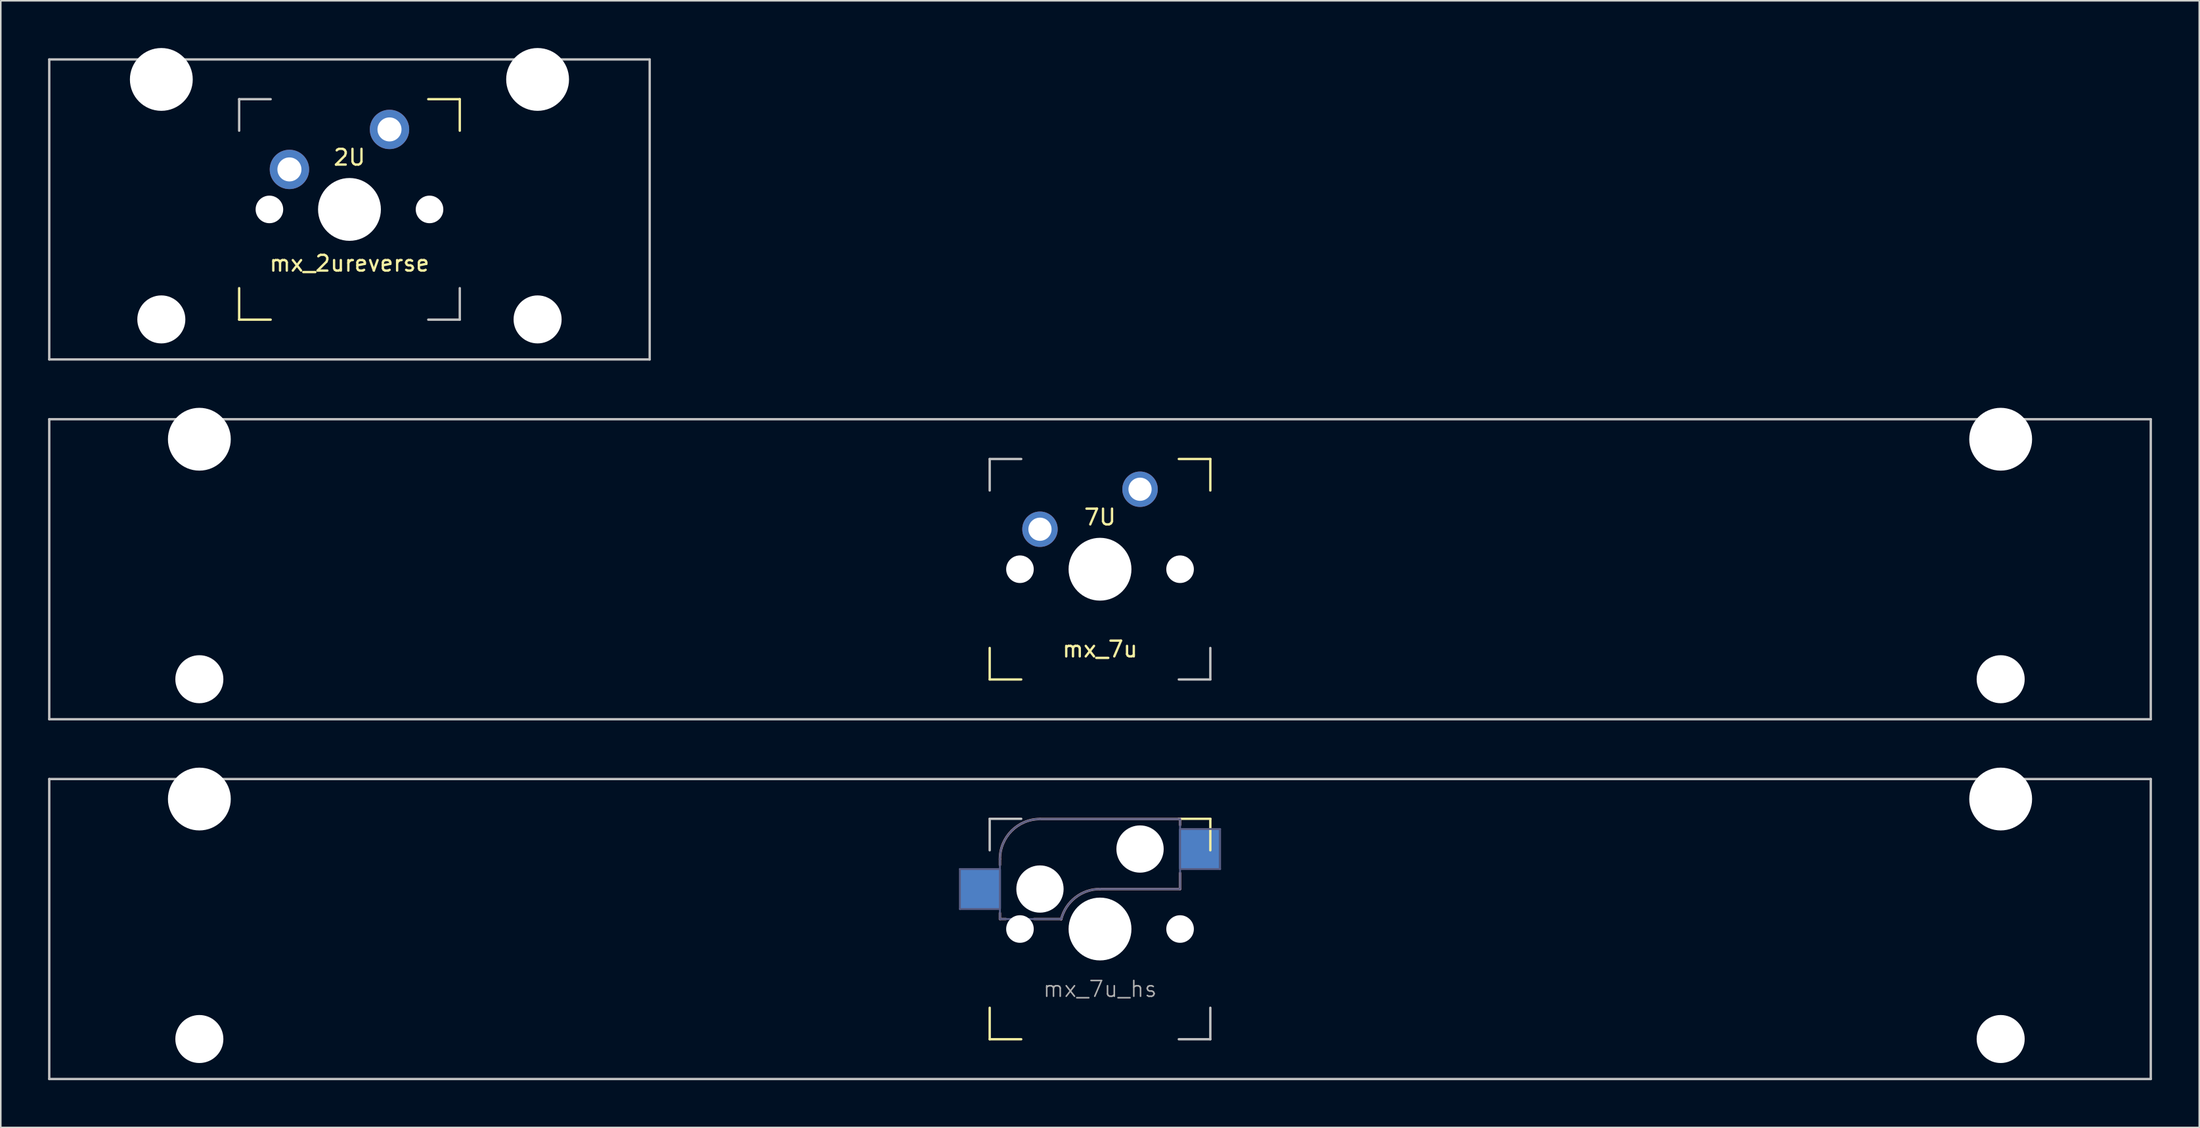
<source format=kicad_pcb>
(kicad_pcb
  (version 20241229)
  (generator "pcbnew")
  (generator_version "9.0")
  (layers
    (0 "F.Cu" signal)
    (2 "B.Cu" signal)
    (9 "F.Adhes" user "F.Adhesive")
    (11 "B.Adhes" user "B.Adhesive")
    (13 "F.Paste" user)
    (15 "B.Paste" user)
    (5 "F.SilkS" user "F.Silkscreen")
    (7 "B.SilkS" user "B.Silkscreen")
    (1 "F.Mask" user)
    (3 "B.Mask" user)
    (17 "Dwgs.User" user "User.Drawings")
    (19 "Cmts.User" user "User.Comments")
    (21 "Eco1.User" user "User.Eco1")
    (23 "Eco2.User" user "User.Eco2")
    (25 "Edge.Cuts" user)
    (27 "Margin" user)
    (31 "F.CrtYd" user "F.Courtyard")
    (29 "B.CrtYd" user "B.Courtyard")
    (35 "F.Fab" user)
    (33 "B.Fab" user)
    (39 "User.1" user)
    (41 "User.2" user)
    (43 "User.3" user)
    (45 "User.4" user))
  (footprint "mx_7u"
    (layer "F.Cu")
    (at 66.75 33.098)
    (property "Reference" "mx_7u" (at 0 5.08 0) (unlocked yes) (layer "F.SilkS") (effects (font (size 1 1) (thickness 0.15))))
    (fp_line (start -7 5) (end -7 7) (stroke (width 0.15) (type solid)) (layer "F.SilkS"))
    (fp_line (start -7 7) (end -5 7) (stroke (width 0.15) (type solid)) (layer "F.SilkS"))
    (fp_line (start 5 -7) (end 7 -7) (stroke (width 0.15) (type solid)) (layer "F.SilkS"))
    (fp_line (start 7 -7) (end 7 -5) (stroke (width 0.15) (type solid)) (layer "F.SilkS"))
    (fp_line (start -66.675 -9.525) (end 66.675 -9.525) (stroke (width 0.15) (type solid)) (layer "Dwgs.User"))
    (fp_line (start -66.675 9.525) (end -66.675 -9.525) (stroke (width 0.15) (type solid)) (layer "Dwgs.User"))
    (fp_line (start -66.675 9.525) (end 66.675 9.525) (stroke (width 0.15) (type solid)) (layer "Dwgs.User"))
    (fp_line (start -7 -7) (end -7 -5) (stroke (width 0.15) (type solid)) (layer "Dwgs.User"))
    (fp_line (start -5 -7) (end -7 -7) (stroke (width 0.15) (type solid)) (layer "Dwgs.User"))
    (fp_line (start 5 7) (end 7 7) (stroke (width 0.15) (type solid)) (layer "Dwgs.User"))
    (fp_line (start 7 7) (end 7 5) (stroke (width 0.15) (type solid)) (layer "Dwgs.User"))
    (fp_line (start 66.675 -9.525) (end 66.675 9.525) (stroke (width 0.15) (type solid)) (layer "Dwgs.User"))
    (fp_text user "7U" (at 0 -3.302 180) (layer "F.SilkS") (effects (font (size 1 1) (thickness 0.15))))
    (pad "" np_thru_hole circle (at -57.15 -8.255) (size 3.988 3.988) (drill 3.988) (layers "*.Cu" "*.Mask"))
    (pad "" np_thru_hole circle (at -57.15 6.985) (size 3.048 3.048) (drill 3.048) (layers "*.Cu" "*.Mask"))
    (pad "" np_thru_hole circle (at -5.08 0 48.1) (size 1.75 1.75) (drill 1.75) (layers "*.Cu" "*.Mask"))
    (pad "" np_thru_hole circle (at 0 0) (size 3.988 3.988) (drill 3.988) (layers "*.Cu" "*.Mask"))
    (pad "" np_thru_hole circle (at 5.08 0 48.1) (size 1.75 1.75) (drill 1.75) (layers "*.Cu" "*.Mask"))
    (pad "" np_thru_hole circle (at 57.15 -8.255) (size 3.988 3.988) (drill 3.988) (layers "*.Cu" "*.Mask"))
    (pad "" np_thru_hole circle (at 57.15 6.985) (size 3.048 3.048) (drill 3.048) (layers "*.Cu" "*.Mask"))
    (pad "1" thru_hole circle (at -3.81 -2.54) (size 2.25 2.25) (drill 1.47) (layers "*.Cu" "B.Mask"))
    (pad "2" thru_hole circle (at 2.54 -5.08) (size 2.25 2.25) (drill 1.47) (layers "*.Cu" "B.Mask")))
  (footprint "mx_7u_hs"
    (layer "F.Cu")
    (at 66.75 55.947)
    (property "Reference" "mx_7u_hs" (at 0 3.81 0) (unlocked yes) (layer "F.Fab") (effects (font (size 1 1) (thickness 0.1))))
    (attr smd)
    (fp_line (start -7 5) (end -7 7) (stroke (width 0.15) (type solid)) (layer "F.SilkS"))
    (fp_line (start -7 7) (end -5 7) (stroke (width 0.15) (type solid)) (layer "F.SilkS"))
    (fp_line (start 5 -7) (end 7 -7) (stroke (width 0.15) (type solid)) (layer "F.SilkS"))
    (fp_line (start 7 -7) (end 7 -5) (stroke (width 0.15) (type solid)) (layer "F.SilkS"))
    (fp_line (start -6.35 -4.445) (end -6.35 -4.064) (stroke (width 0.15) (type solid)) (layer "B.SilkS"))
    (fp_line (start -6.35 -1.016) (end -6.35 -0.635) (stroke (width 0.15) (type solid)) (layer "B.SilkS"))
    (fp_line (start -5.969 -0.635) (end -6.35 -0.635) (stroke (width 0.15) (type solid)) (layer "B.SilkS"))
    (fp_line (start -3.81 -6.985) (end 5.08 -6.985) (stroke (width 0.15) (type solid)) (layer "B.SilkS"))
    (fp_line (start -2.464 -0.635) (end -4.191 -0.635) (stroke (width 0.15) (type solid)) (layer "B.SilkS"))
    (fp_line (start 5.08 -6.985) (end 5.08 -6.604) (stroke (width 0.15) (type solid)) (layer "B.SilkS"))
    (fp_line (start 5.08 -3.556) (end 5.08 -2.54) (stroke (width 0.15) (type solid)) (layer "B.SilkS"))
    (fp_line (start 5.08 -2.54) (end 0 -2.54) (stroke (width 0.15) (type solid)) (layer "B.SilkS"))
    (fp_arc (start -6.35 -4.444999) (mid -5.606051 -6.24105) (end -3.81 -6.984999) (stroke (width 0.15) (type solid)) (layer "B.SilkS"))
    (fp_arc (start -2.464162 -0.616039) (mid -1.563147 -2.002041) (end 0 -2.539999) (stroke (width 0.15) (type solid)) (layer "B.SilkS"))
    (fp_line (start -66.675 -9.525) (end 66.675 -9.525) (stroke (width 0.15) (type solid)) (layer "Dwgs.User"))
    (fp_line (start -66.675 9.525) (end -66.675 -9.525) (stroke (width 0.15) (type solid)) (layer "Dwgs.User"))
    (fp_line (start -66.675 9.525) (end 66.675 9.525) (stroke (width 0.15) (type solid)) (layer "Dwgs.User"))
    (fp_line (start -7 -7) (end -7 -5) (stroke (width 0.15) (type solid)) (layer "Dwgs.User"))
    (fp_line (start -5 -7) (end -7 -7) (stroke (width 0.15) (type solid)) (layer "Dwgs.User"))
    (fp_line (start 5 7) (end 7 7) (stroke (width 0.15) (type solid)) (layer "Dwgs.User"))
    (fp_line (start 7 7) (end 7 5) (stroke (width 0.15) (type solid)) (layer "Dwgs.User"))
    (fp_line (start 66.675 -9.525) (end 66.675 9.525) (stroke (width 0.15) (type solid)) (layer "Dwgs.User"))
    (fp_line (start -8.89 -3.81) (end -6.35 -3.81) (stroke (width 0.12) (type solid)) (layer "B.Fab"))
    (fp_line (start -8.89 -1.27) (end -8.89 -3.81) (stroke (width 0.12) (type solid)) (layer "B.Fab"))
    (fp_line (start -6.35 -1.27) (end -8.89 -1.27) (stroke (width 0.12) (type solid)) (layer "B.Fab"))
    (fp_line (start -6.35 -0.635) (end -6.35 -4.445) (stroke (width 0.12) (type solid)) (layer "B.Fab"))
    (fp_line (start -6.35 -0.635) (end -2.54 -0.635) (stroke (width 0.12) (type solid)) (layer "B.Fab"))
    (fp_line (start -3.81 -6.985) (end 5.08 -6.985) (stroke (width 0.12) (type solid)) (layer "B.Fab"))
    (fp_line (start 5.08 -6.985) (end 5.08 -2.54) (stroke (width 0.12) (type solid)) (layer "B.Fab"))
    (fp_line (start 5.08 -6.35) (end 7.62 -6.35) (stroke (width 0.12) (type solid)) (layer "B.Fab"))
    (fp_line (start 5.08 -2.54) (end 0 -2.54) (stroke (width 0.12) (type solid)) (layer "B.Fab"))
    (fp_line (start 7.62 -6.35) (end 7.62 -3.81) (stroke (width 0.12) (type solid)) (layer "B.Fab"))
    (fp_line (start 7.62 -3.81) (end 5.08 -3.81) (stroke (width 0.12) (type solid)) (layer "B.Fab"))
    (fp_arc (start -6.35 -4.444999) (mid -5.606051 -6.24105) (end -3.81 -6.984999) (stroke (width 0.12) (type solid)) (layer "B.Fab"))
    (fp_arc (start -2.464162 -0.616039) (mid -1.563147 -2.002041) (end 0 -2.539999) (stroke (width 0.12) (type solid)) (layer "B.Fab"))
    (pad "" np_thru_hole circle (at -57.15 -8.255) (size 3.988 3.988) (drill 3.988) (layers "*.Cu" "*.Mask"))
    (pad "" np_thru_hole circle (at -57.15 6.985) (size 3.048 3.048) (drill 3.048) (layers "*.Cu" "*.Mask"))
    (pad "" np_thru_hole circle (at -5.08 0 48.1) (size 1.75 1.75) (drill 1.75) (layers "*.Cu" "*.Mask"))
    (pad "" np_thru_hole circle (at -3.81 -2.54) (size 3 3) (drill 3) (layers "*.Cu" "*.Mask"))
    (pad "" np_thru_hole circle (at 0 0) (size 3.988 3.988) (drill 3.988) (layers "*.Cu" "*.Mask"))
    (pad "" np_thru_hole circle (at 2.54 -5.08) (size 3 3) (drill 3) (layers "*.Cu" "*.Mask"))
    (pad "" np_thru_hole circle (at 5.08 0 48.1) (size 1.75 1.75) (drill 1.75) (layers "*.Cu" "*.Mask"))
    (pad "" np_thru_hole circle (at 57.15 -8.255) (size 3.988 3.988) (drill 3.988) (layers "*.Cu" "*.Mask"))
    (pad "" np_thru_hole circle (at 57.15 6.985) (size 3.048 3.048) (drill 3.048) (layers "*.Cu" "*.Mask"))
    (pad "1" smd rect (at -7.56 -2.54) (size 2.55 2.5) (layers "B.Cu" "B.Mask" "B.Paste"))
    (pad "2" smd rect (at 6.29 -5.08) (size 2.55 2.5) (layers "B.Cu" "B.Mask" "B.Paste")))
  (footprint "mx_2ureverse"
    (layer "F.Cu")
    (at 19.125 10.249)
    (property "Reference" "mx_2ureverse" (at 0 3.429 0) (layer "F.SilkS") (effects (font (size 1 1) (thickness 0.15))))
    (attr through_hole)
    (fp_line (start -7 5) (end -7 7) (stroke (width 0.15) (type solid)) (layer "F.SilkS"))
    (fp_line (start -7 7) (end -5 7) (stroke (width 0.15) (type solid)) (layer "F.SilkS"))
    (fp_line (start 5 -7) (end 7 -7) (stroke (width 0.15) (type solid)) (layer "F.SilkS"))
    (fp_line (start 7 -7) (end 7 -5) (stroke (width 0.15) (type solid)) (layer "F.SilkS"))
    (fp_line (start -19.05 -9.525) (end 19.05 -9.525) (stroke (width 0.15) (type solid)) (layer "Dwgs.User"))
    (fp_line (start -19.05 9.525) (end -19.05 -9.525) (stroke (width 0.15) (type solid)) (layer "Dwgs.User"))
    (fp_line (start -19.05 9.525) (end 19.05 9.525) (stroke (width 0.15) (type solid)) (layer "Dwgs.User"))
    (fp_line (start -7 -7) (end -7 -5) (stroke (width 0.15) (type solid)) (layer "Dwgs.User"))
    (fp_line (start -5 -7) (end -7 -7) (stroke (width 0.15) (type solid)) (layer "Dwgs.User"))
    (fp_line (start 5 7) (end 7 7) (stroke (width 0.15) (type solid)) (layer "Dwgs.User"))
    (fp_line (start 7 7) (end 7 5) (stroke (width 0.15) (type solid)) (layer "Dwgs.User"))
    (fp_line (start 19.05 -9.525) (end 19.05 9.525) (stroke (width 0.15) (type solid)) (layer "Dwgs.User"))
    (fp_text user "2U" (at 0 -3.302 0) (layer "F.SilkS") (effects (font (size 1 1) (thickness 0.15))))
    (pad "" np_thru_hole circle (at -11.938 -8.255) (size 3.988 3.988) (drill 3.988) (layers "*.Cu" "*.Mask"))
    (pad "" np_thru_hole circle (at -11.938 6.985) (size 3.048 3.048) (drill 3.048) (layers "*.Cu" "*.Mask"))
    (pad "" np_thru_hole circle (at -5.08 0 48.1) (size 1.75 1.75) (drill 1.75) (layers "*.Cu" "*.Mask"))
    (pad "" np_thru_hole circle (at 0 0) (size 3.988 3.988) (drill 3.988) (layers "*.Cu" "*.Mask"))
    (pad "" np_thru_hole circle (at 5.08 0 48.1) (size 1.75 1.75) (drill 1.75) (layers "*.Cu" "*.Mask"))
    (pad "" np_thru_hole circle (at 11.938 -8.255) (size 3.988 3.988) (drill 3.988) (layers "*.Cu" "*.Mask"))
    (pad "" np_thru_hole circle (at 11.938 6.985) (size 3.048 3.048) (drill 3.048) (layers "*.Cu" "*.Mask"))
    (pad "1" thru_hole circle (at -3.81 -2.54) (size 2.5 2.5) (drill 1.524) (layers "*.Cu" "*.Mask"))
    (pad "2" thru_hole circle (at 2.54 -5.08) (size 2.5 2.5) (drill 1.524) (layers "*.Cu" "*.Mask")))
  (gr_rect
    (start -3 -3)
    (end 136.5 68.547)
    (stroke (width 0.1) (type default))
    (fill no)
    (layer "Edge.Cuts")))
</source>
